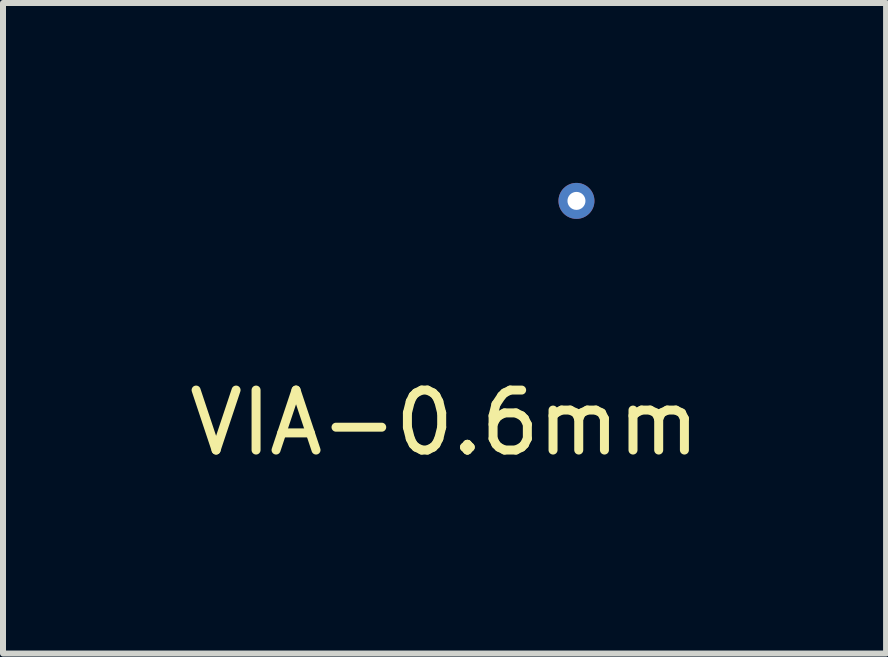
<source format=kicad_pcb>
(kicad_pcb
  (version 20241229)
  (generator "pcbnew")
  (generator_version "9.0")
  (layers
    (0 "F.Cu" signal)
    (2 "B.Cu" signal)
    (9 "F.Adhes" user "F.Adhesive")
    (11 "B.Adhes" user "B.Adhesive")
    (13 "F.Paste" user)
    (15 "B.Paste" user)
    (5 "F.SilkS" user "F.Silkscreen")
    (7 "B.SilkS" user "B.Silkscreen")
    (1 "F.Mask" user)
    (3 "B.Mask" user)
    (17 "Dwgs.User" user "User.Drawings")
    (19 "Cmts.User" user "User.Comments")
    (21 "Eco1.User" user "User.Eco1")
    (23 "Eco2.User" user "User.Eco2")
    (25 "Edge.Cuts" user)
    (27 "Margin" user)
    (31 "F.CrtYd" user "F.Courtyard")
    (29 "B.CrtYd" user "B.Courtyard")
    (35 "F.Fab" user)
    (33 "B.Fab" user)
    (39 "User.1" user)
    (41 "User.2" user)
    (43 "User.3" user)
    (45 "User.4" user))
  (footprint "VIA-0.6mm"
    (layer "F.Cu")
    (at 6.563 0.3)
    (property "Reference" "VIA-0.6mm" (at -2.2 3.7 0) (layer "F.SilkS") (effects (font (size 1 1) (thickness 0.15))))
    (attr through_hole)
    (pad "1" thru_hole circle (at 0 0) (size 0.6 0.6) (drill 0.3) (layers "*.Cu")))
  (gr_rect
    (start -3 -3)
    (end 11.726 7.848)
    (stroke (width 0.1) (type default))
    (fill no)
    (layer "Edge.Cuts")))
</source>
